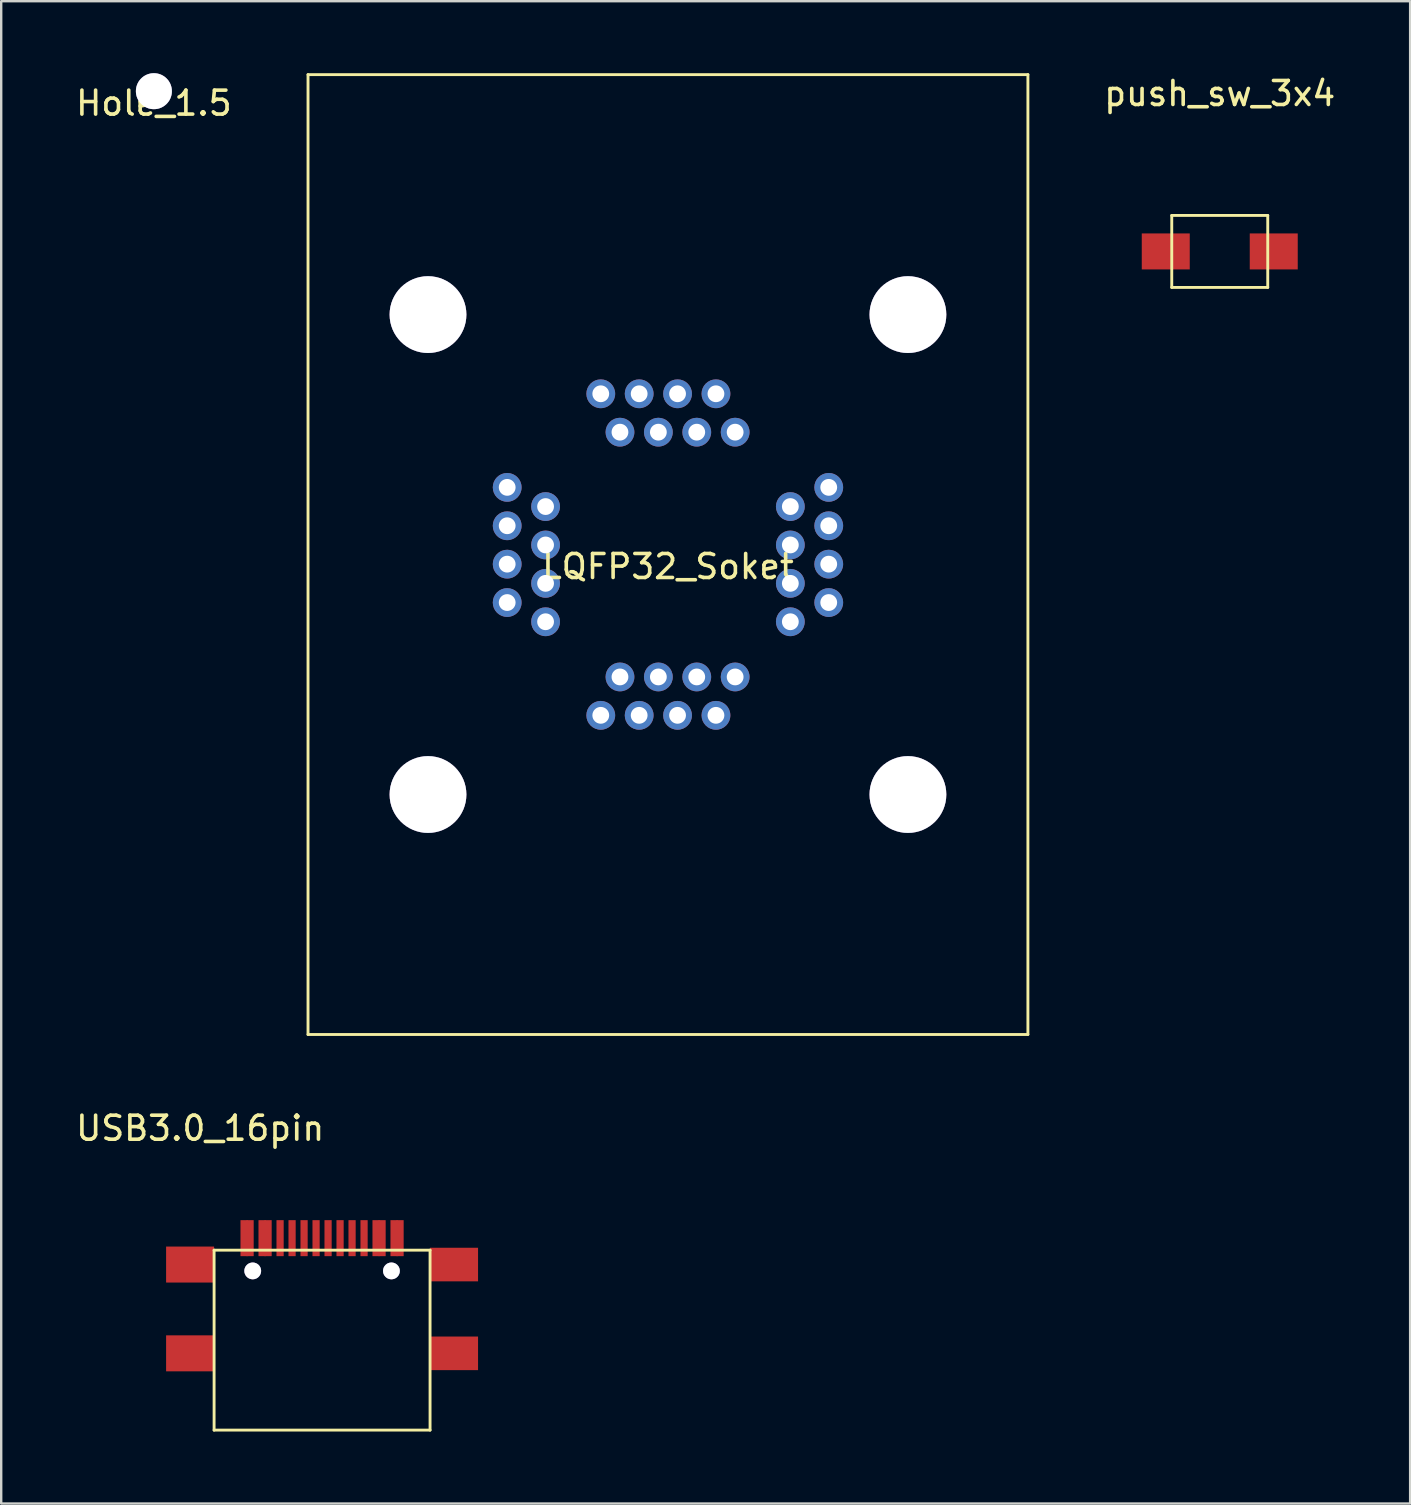
<source format=kicad_pcb>
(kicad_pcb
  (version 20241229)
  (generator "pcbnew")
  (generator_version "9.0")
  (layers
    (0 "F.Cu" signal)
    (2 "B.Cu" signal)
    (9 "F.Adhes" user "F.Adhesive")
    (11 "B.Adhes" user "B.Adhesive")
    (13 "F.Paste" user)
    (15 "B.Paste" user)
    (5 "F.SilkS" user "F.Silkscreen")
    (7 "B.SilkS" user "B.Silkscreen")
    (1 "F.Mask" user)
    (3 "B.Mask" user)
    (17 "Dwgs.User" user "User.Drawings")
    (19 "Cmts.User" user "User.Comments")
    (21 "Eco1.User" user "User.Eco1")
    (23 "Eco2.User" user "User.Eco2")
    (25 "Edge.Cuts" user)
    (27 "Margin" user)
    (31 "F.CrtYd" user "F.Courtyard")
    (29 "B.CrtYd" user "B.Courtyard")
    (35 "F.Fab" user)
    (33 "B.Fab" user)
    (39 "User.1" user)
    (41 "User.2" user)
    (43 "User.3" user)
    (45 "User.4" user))
  (footprint "Hole_1.5"
    (layer "F.Cu")
    (at 3.363 0.75)
    (property "Reference" "Hole_1.5" (at 0 0.5 0) (layer "F.SilkS") (effects (font (size 1 1) (thickness 0.15))))
    (attr through_hole)
    (pad "1" thru_hole circle (at 0 0) (size 1.5 1.5) (drill 1.5) (layers "*.Cu" "*.Mask")))
  (footprint "USB3.0_16pin"
    (layer "F.Cu")
    (at 10.372 49.048)
    (property "Reference" "USB3.0_16pin" (at -5.08 -5.08 0) (layer "F.SilkS") (effects (font (size 1 1) (thickness 0.15))))
    (attr through_hole)
    (fp_line (start -4.5 0) (end 4.5 0) (stroke (width 0.12) (type solid)) (layer "F.SilkS"))
    (fp_line (start -4.5 7.5) (end -4.5 0) (stroke (width 0.12) (type solid)) (layer "F.SilkS"))
    (fp_line (start 4.5 0) (end 4.5 7.5) (stroke (width 0.12) (type solid)) (layer "F.SilkS"))
    (fp_line (start 4.5 7.5) (end -4.5 7.5) (stroke (width 0.12) (type solid)) (layer "F.SilkS"))
    (pad "A1" smd rect (at -3.25 -0.5) (size 0.3 1.5) (layers "F.Cu" "F.Mask" "F.Paste"))
    (pad "A4" smd rect (at -2.5 -0.5) (size 0.3 1.5) (layers "F.Cu" "F.Mask" "F.Paste"))
    (pad "A5" smd rect (at -1.75 -0.5) (size 0.3 1.5) (layers "F.Cu" "F.Mask" "F.Paste"))
    (pad "A6" smd rect (at -0.25 -0.5) (size 0.3 1.5) (layers "F.Cu" "F.Mask" "F.Paste"))
    (pad "A7" smd rect (at 0.75 -0.5) (size 0.3 1.5) (layers "F.Cu" "F.Mask" "F.Paste"))
    (pad "A8" smd rect (at 1.75 -0.5) (size 0.3 1.5) (layers "F.Cu" "F.Mask" "F.Paste"))
    (pad "A9" smd rect (at 2.5 -0.5) (size 0.3 1.5) (layers "F.Cu" "F.Mask" "F.Paste"))
    (pad "A12" smd rect (at 3.25 -0.5) (size 0.3 1.5) (layers "F.Cu" "F.Mask" "F.Paste"))
    (pad "B1" smd rect (at 3 -0.5) (size 0.3 1.5) (layers "F.Cu" "F.Mask" "F.Paste"))
    (pad "B4" smd rect (at 2.25 -0.5) (size 0.3 1.5) (layers "F.Cu" "F.Mask" "F.Paste"))
    (pad "B5" smd rect (at 1.25 -0.5) (size 0.3 1.5) (layers "F.Cu" "F.Mask" "F.Paste"))
    (pad "B6" smd rect (at 0.25 -0.5) (size 0.3 1.5) (layers "F.Cu" "F.Mask" "F.Paste"))
    (pad "B7" smd rect (at -0.75 -0.5) (size 0.3 1.5) (layers "F.Cu" "F.Mask" "F.Paste"))
    (pad "B8" smd rect (at -1.25 -0.5) (size 0.3 1.5) (layers "F.Cu" "F.Mask" "F.Paste"))
    (pad "B9" smd rect (at -2.25 -0.5) (size 0.3 1.5) (layers "F.Cu" "F.Mask" "F.Paste"))
    (pad "B12" smd rect (at -3 -0.5) (size 0.3 1.5) (layers "F.Cu" "F.Mask" "F.Paste"))
    (pad "Hole" thru_hole circle (at -2.89 0.865) (size 0.7 0.7) (drill 0.7) (layers "*.Cu" "*.Mask"))
    (pad "Hole0" thru_hole circle (at 2.89 0.865) (size 0.7 0.7) (drill 0.7) (layers "*.Cu" "*.Mask"))
    (pad "Shield" smd rect (at -5.5 0.6) (size 2 1.5) (layers "F.Cu" "F.Mask" "F.Paste"))
    (pad "Shield" smd rect (at -5.5 4.3) (size 2 1.5) (layers "F.Cu" "F.Mask" "F.Paste"))
    (pad "Shield" smd rect (at 5.5 0.6) (size 2 1.4) (layers "F.Cu" "F.Mask" "F.Paste"))
    (pad "Shield" smd rect (at 5.5 4.3) (size 2 1.4) (layers "F.Cu" "F.Mask" "F.Paste")))
  (footprint "push_sw_3x4"
    (layer "F.Cu")
    (at 47.781 5.928)
    (property "Reference" "push_sw_3x4" (at 0 -5.08 0) (layer "F.SilkS") (effects (font (size 1 1) (thickness 0.15))))
    (attr through_hole)
    (fp_line (start -2 0) (end 2 0) (stroke (width 0.12) (type solid)) (layer "F.SilkS"))
    (fp_line (start -2 3) (end -2 0) (stroke (width 0.12) (type solid)) (layer "F.SilkS"))
    (fp_line (start 2 0) (end 2 3) (stroke (width 0.12) (type solid)) (layer "F.SilkS"))
    (fp_line (start 2 3) (end -2 3) (stroke (width 0.12) (type solid)) (layer "F.SilkS"))
    (pad "1" smd rect (at -2.25 1.5) (size 2 1.5) (layers "F.Cu" "F.Mask" "F.Paste"))
    (pad "2" smd rect (at 2.25 1.5) (size 2 1.5) (layers "F.Cu" "F.Mask" "F.Paste")))
  (footprint "LQFP32_Soket"
    (layer "F.Cu")
    (at 24.786 20.06)
    (property "Reference" "LQFP32_Soket" (at 0 0.5 0) (layer "F.SilkS") (effects (font (size 1 1) (thickness 0.15))))
    (attr through_hole)
    (fp_line (start -15 -20) (end 15 -20) (stroke (width 0.12) (type solid)) (layer "F.SilkS"))
    (fp_line (start -15 20) (end -15 -20) (stroke (width 0.12) (type solid)) (layer "F.SilkS"))
    (fp_line (start 15 -20) (end 15 20) (stroke (width 0.12) (type solid)) (layer "F.SilkS"))
    (fp_line (start 15 20) (end -15 20) (stroke (width 0.12) (type solid)) (layer "F.SilkS"))
    (pad "" thru_hole circle (at -10 -10) (size 3.2 3.2) (drill 3.2) (layers "*.Cu" "*.Mask"))
    (pad "" thru_hole circle (at -10 10) (size 3.2 3.2) (drill 3.2) (layers "*.Cu" "*.Mask"))
    (pad "" thru_hole circle (at 10 -10) (size 3.2 3.2) (drill 3.2) (layers "*.Cu" "*.Mask"))
    (pad "" thru_hole circle (at 10 10) (size 3.2 3.2) (drill 3.2) (layers "*.Cu" "*.Mask"))
    (pad "1" thru_hole circle (at -2.8 6.7) (size 1.2 1.2) (drill 0.7) (layers "*.Cu" "*.Mask"))
    (pad "2" thru_hole circle (at -2 5.1) (size 1.2 1.2) (drill 0.7) (layers "*.Cu" "*.Mask"))
    (pad "3" thru_hole circle (at -1.2 6.7) (size 1.2 1.2) (drill 0.7) (layers "*.Cu" "*.Mask"))
    (pad "4" thru_hole circle (at -0.4 5.1) (size 1.2 1.2) (drill 0.7) (layers "*.Cu" "*.Mask"))
    (pad "5" thru_hole circle (at 0.4 6.7) (size 1.2 1.2) (drill 0.7) (layers "*.Cu" "*.Mask"))
    (pad "6" thru_hole circle (at 1.2 5.1) (size 1.2 1.2) (drill 0.7) (layers "*.Cu" "*.Mask"))
    (pad "7" thru_hole circle (at 2 6.7) (size 1.2 1.2) (drill 0.7) (layers "*.Cu" "*.Mask"))
    (pad "8" thru_hole circle (at 2.8 5.1) (size 1.2 1.2) (drill 0.7) (layers "*.Cu" "*.Mask"))
    (pad "9" thru_hole circle (at 5.1 2.8 90) (size 1.2 1.2) (drill 0.7) (layers "*.Cu" "*.Mask"))
    (pad "10" thru_hole circle (at 6.7 2) (size 1.2 1.2) (drill 0.7) (layers "*.Cu" "*.Mask"))
    (pad "11" thru_hole circle (at 5.1 1.2) (size 1.2 1.2) (drill 0.7) (layers "*.Cu" "*.Mask"))
    (pad "12" thru_hole circle (at 6.7 0.4) (size 1.2 1.2) (drill 0.7) (layers "*.Cu" "*.Mask"))
    (pad "13" thru_hole circle (at 5.1 -0.4) (size 1.2 1.2) (drill 0.7) (layers "*.Cu" "*.Mask"))
    (pad "14" thru_hole circle (at 6.7 -1.2) (size 1.2 1.2) (drill 0.7) (layers "*.Cu" "*.Mask"))
    (pad "15" thru_hole circle (at 5.1 -2) (size 1.2 1.2) (drill 0.7) (layers "*.Cu" "*.Mask"))
    (pad "16" thru_hole circle (at 6.7 -2.8) (size 1.2 1.2) (drill 0.7) (layers "*.Cu" "*.Mask"))
    (pad "17" thru_hole circle (at 2.8 -5.1) (size 1.2 1.2) (drill 0.7) (layers "*.Cu" "*.Mask"))
    (pad "18" thru_hole circle (at 2 -6.7) (size 1.2 1.2) (drill 0.7) (layers "*.Cu" "*.Mask"))
    (pad "19" thru_hole circle (at 1.2 -5.1) (size 1.2 1.2) (drill 0.7) (layers "*.Cu" "*.Mask"))
    (pad "20" thru_hole circle (at 0.4 -6.7) (size 1.2 1.2) (drill 0.7) (layers "*.Cu" "*.Mask"))
    (pad "21" thru_hole circle (at -0.4 -5.1) (size 1.2 1.2) (drill 0.7) (layers "*.Cu" "*.Mask"))
    (pad "22" thru_hole circle (at -1.2 -6.7) (size 1.2 1.2) (drill 0.7) (layers "*.Cu" "*.Mask"))
    (pad "23" thru_hole circle (at -2 -5.1) (size 1.2 1.2) (drill 0.7) (layers "*.Cu" "*.Mask"))
    (pad "24" thru_hole circle (at -2.8 -6.7) (size 1.2 1.2) (drill 0.7) (layers "*.Cu" "*.Mask"))
    (pad "25" thru_hole circle (at -6.7 -2.8) (size 1.2 1.2) (drill 0.7) (layers "*.Cu" "*.Mask"))
    (pad "26" thru_hole circle (at -5.1 -2) (size 1.2 1.2) (drill 0.7) (layers "*.Cu" "*.Mask"))
    (pad "27" thru_hole circle (at -6.7 -1.2) (size 1.2 1.2) (drill 0.7) (layers "*.Cu" "*.Mask"))
    (pad "28" thru_hole circle (at -5.1 -0.4) (size 1.2 1.2) (drill 0.7) (layers "*.Cu" "*.Mask"))
    (pad "29" thru_hole circle (at -6.7 0.4) (size 1.2 1.2) (drill 0.7) (layers "*.Cu" "*.Mask"))
    (pad "30" thru_hole circle (at -5.1 1.2) (size 1.2 1.2) (drill 0.7) (layers "*.Cu" "*.Mask"))
    (pad "31" thru_hole circle (at -6.7 2) (size 1.2 1.2) (drill 0.7) (layers "*.Cu" "*.Mask"))
    (pad "32" thru_hole circle (at -5.1 2.8) (size 1.2 1.2) (drill 0.7) (layers "*.Cu" "*.Mask")))
  (gr_rect
    (start -3 -3)
    (end 55.715 59.608)
    (stroke (width 0.1) (type default))
    (fill no)
    (layer "Edge.Cuts")))
</source>
